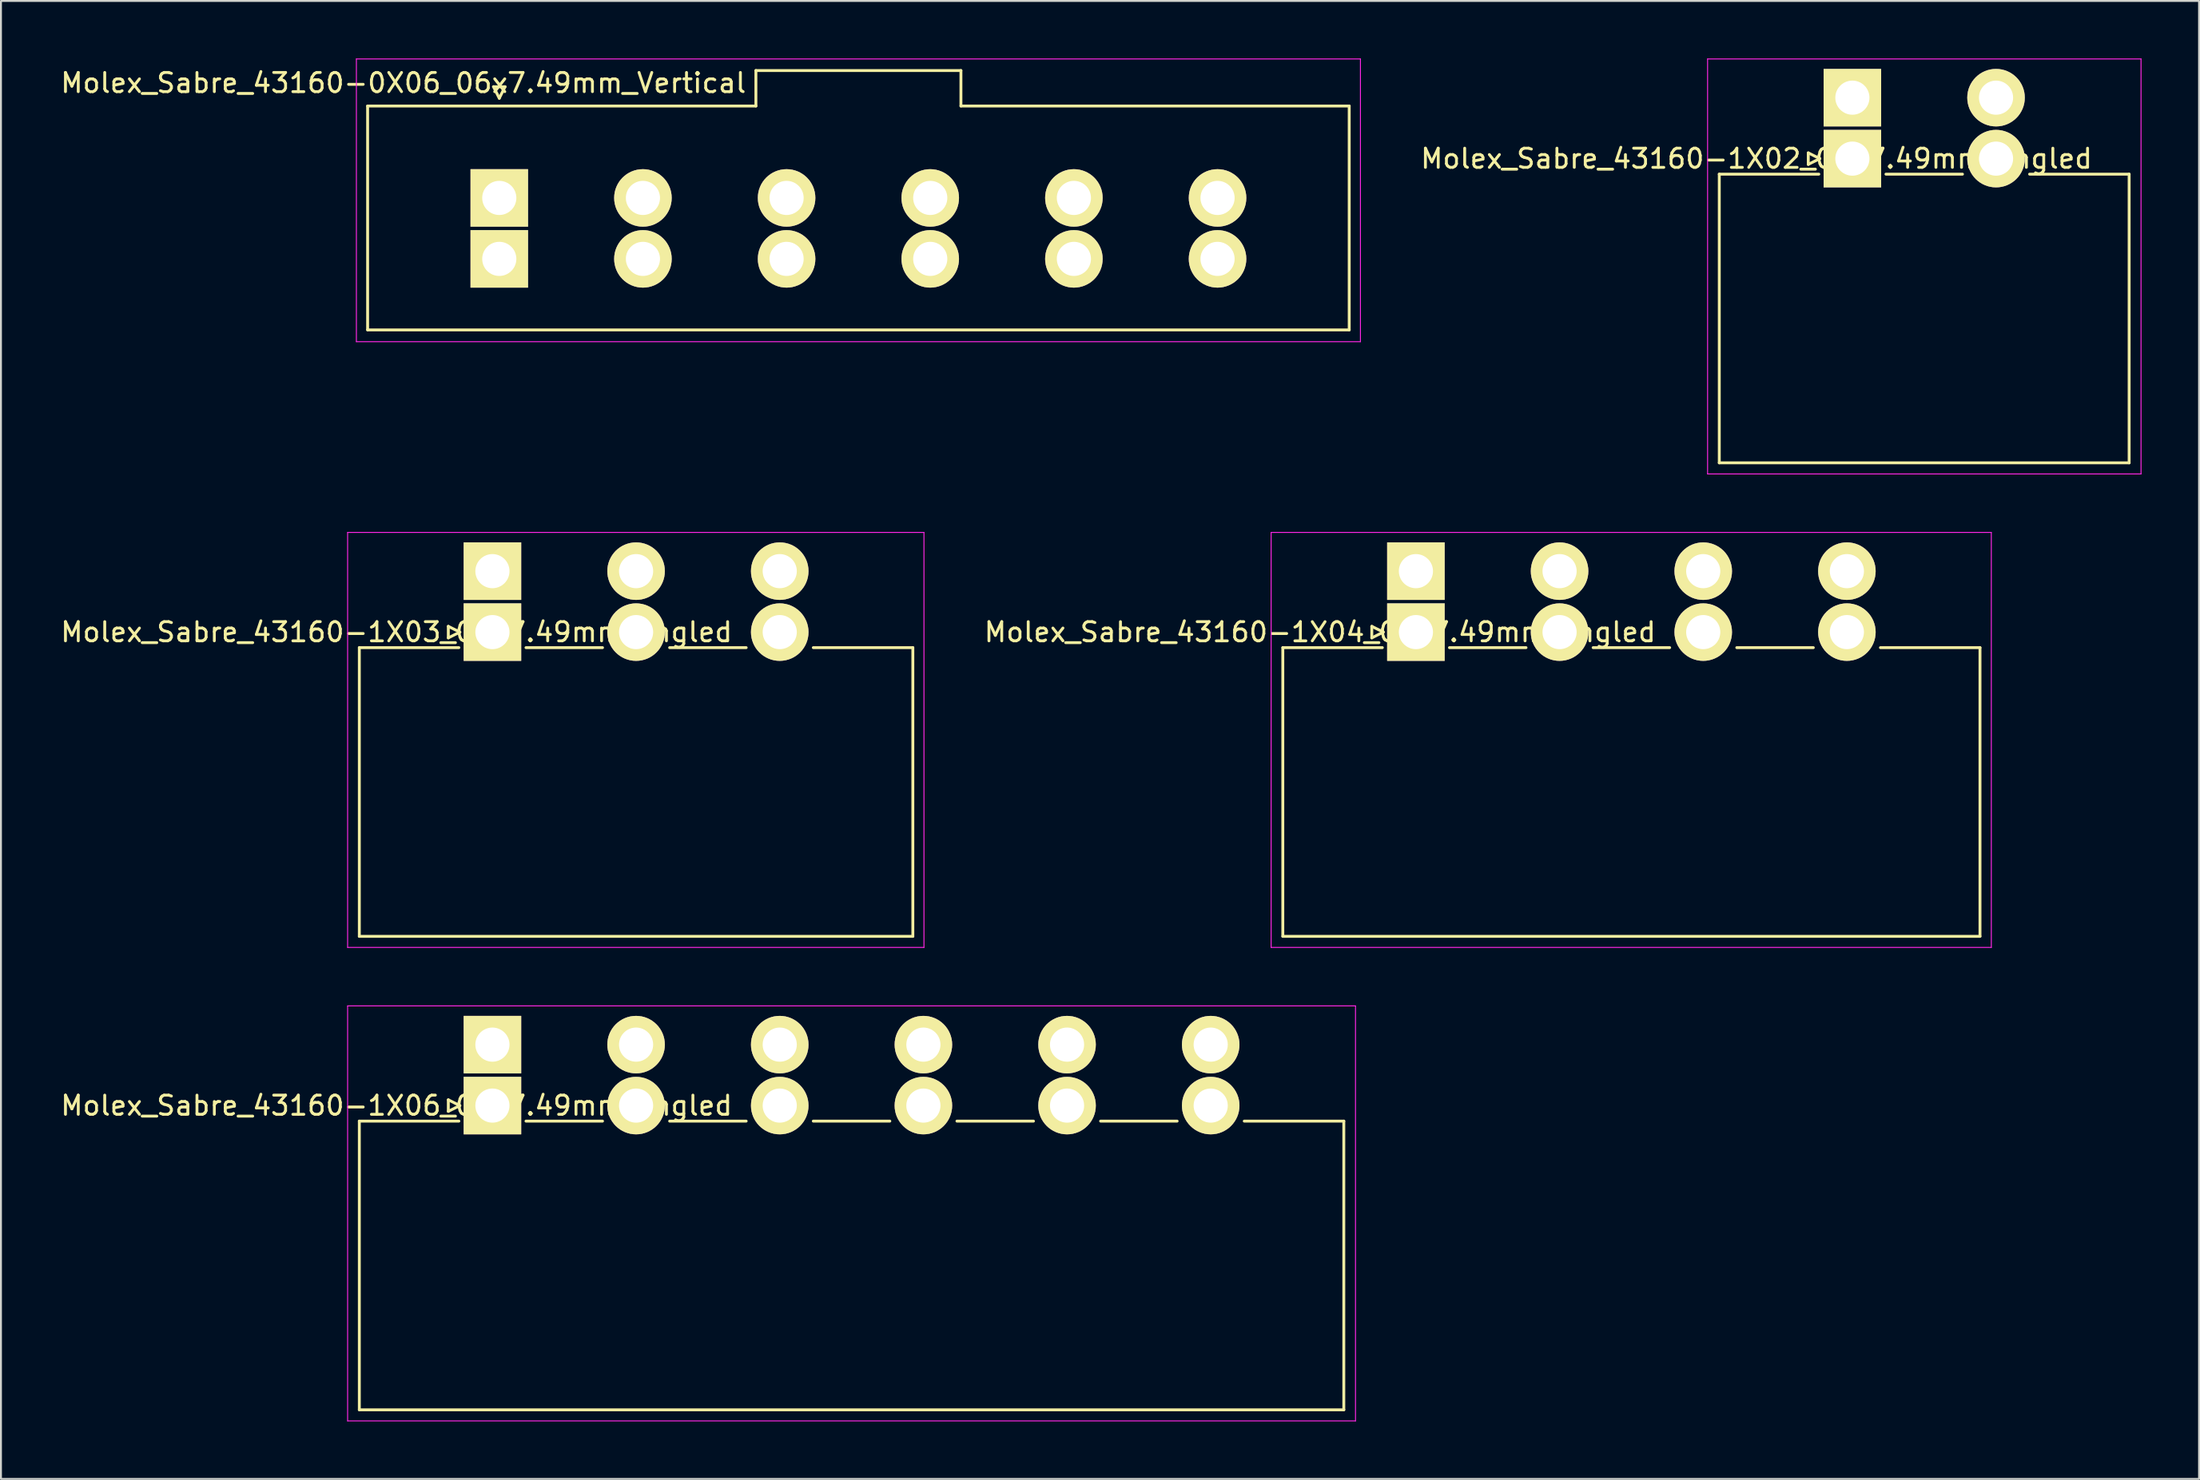
<source format=kicad_pcb>
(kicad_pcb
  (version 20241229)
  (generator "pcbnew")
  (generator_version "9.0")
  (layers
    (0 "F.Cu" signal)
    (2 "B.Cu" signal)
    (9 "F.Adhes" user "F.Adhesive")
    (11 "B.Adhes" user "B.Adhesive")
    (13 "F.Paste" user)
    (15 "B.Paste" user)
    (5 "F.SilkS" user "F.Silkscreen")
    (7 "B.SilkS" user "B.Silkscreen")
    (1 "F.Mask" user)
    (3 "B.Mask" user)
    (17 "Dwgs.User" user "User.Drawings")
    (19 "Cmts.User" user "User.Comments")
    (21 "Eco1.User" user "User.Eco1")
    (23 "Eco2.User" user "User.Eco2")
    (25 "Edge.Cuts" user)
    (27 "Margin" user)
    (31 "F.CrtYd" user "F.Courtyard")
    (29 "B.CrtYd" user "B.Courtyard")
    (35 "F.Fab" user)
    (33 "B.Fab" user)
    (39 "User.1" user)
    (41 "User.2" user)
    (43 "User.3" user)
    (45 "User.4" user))
  (footprint "Molex_Sabre_43160-1X06_06x7.49mm_Angled"
    (layer "F.Cu")
    (at 22.625 54.625)
    (property "Reference" "Molex_Sabre_43160-1X06_06x7.49mm_Angled" (at -5 0 0) (layer "F.SilkS") (effects (font (size 1 1) (thickness 0.15))))
    (attr through_hole)
    (fp_line (start -6.94 0.81) (end -6.94 15.87) (stroke (width 0.15) (type solid)) (layer "F.SilkS"))
    (fp_line (start -6.94 0.81) (end -1.75 0.81) (stroke (width 0.15) (type solid)) (layer "F.SilkS"))
    (fp_line (start -6.94 15.87) (end 44.39 15.87) (stroke (width 0.15) (type solid)) (layer "F.SilkS"))
    (fp_line (start -2.3 -0.3) (end -1.7 0) (stroke (width 0.15) (type solid)) (layer "F.SilkS"))
    (fp_line (start -2.3 0.3) (end -2.3 -0.3) (stroke (width 0.15) (type solid)) (layer "F.SilkS"))
    (fp_line (start -1.7 0) (end -2.3 0.3) (stroke (width 0.15) (type solid)) (layer "F.SilkS"))
    (fp_line (start 1.75 0.81) (end 5.74 0.81) (stroke (width 0.15) (type solid)) (layer "F.SilkS"))
    (fp_line (start 9.24 0.81) (end 13.23 0.81) (stroke (width 0.15) (type solid)) (layer "F.SilkS"))
    (fp_line (start 16.73 0.81) (end 20.72 0.81) (stroke (width 0.15) (type solid)) (layer "F.SilkS"))
    (fp_line (start 24.22 0.81) (end 28.21 0.81) (stroke (width 0.15) (type solid)) (layer "F.SilkS"))
    (fp_line (start 31.71 0.81) (end 35.7 0.81) (stroke (width 0.15) (type solid)) (layer "F.SilkS"))
    (fp_line (start 39.2 0.81) (end 44.39 0.81) (stroke (width 0.15) (type solid)) (layer "F.SilkS"))
    (fp_line (start 44.39 15.87) (end 44.39 0.81) (stroke (width 0.15) (type solid)) (layer "F.SilkS"))
    (fp_line (start -7.55 -5.2) (end -7.55 16.45) (stroke (width 0.05) (type solid)) (layer "F.CrtYd"))
    (fp_line (start -7.55 16.45) (end 45 16.45) (stroke (width 0.05) (type solid)) (layer "F.CrtYd"))
    (fp_line (start 45 -5.2) (end -7.55 -5.2) (stroke (width 0.05) (type solid)) (layer "F.CrtYd"))
    (fp_line (start 45 16.45) (end 45 -5.2) (stroke (width 0.05) (type solid)) (layer "F.CrtYd"))
    (pad "1" thru_hole rect (at 0 -3.18) (size 3 3) (drill 1.78) (layers "*.Cu" "*.Mask" "F.SilkS"))
    (pad "1" thru_hole rect (at 0 0) (size 3 3) (drill 1.78) (layers "*.Cu" "*.Mask" "F.SilkS"))
    (pad "2" thru_hole circle (at 7.49 -3.18) (size 3 3) (drill 1.78) (layers "*.Cu" "*.Mask" "F.SilkS"))
    (pad "2" thru_hole circle (at 7.49 0) (size 3 3) (drill 1.78) (layers "*.Cu" "*.Mask" "F.SilkS"))
    (pad "3" thru_hole circle (at 14.98 -3.18) (size 3 3) (drill 1.78) (layers "*.Cu" "*.Mask" "F.SilkS"))
    (pad "3" thru_hole circle (at 14.98 0) (size 3 3) (drill 1.78) (layers "*.Cu" "*.Mask" "F.SilkS"))
    (pad "4" thru_hole circle (at 22.47 -3.18) (size 3 3) (drill 1.78) (layers "*.Cu" "*.Mask" "F.SilkS"))
    (pad "4" thru_hole circle (at 22.47 0) (size 3 3) (drill 1.78) (layers "*.Cu" "*.Mask" "F.SilkS"))
    (pad "5" thru_hole circle (at 29.96 -3.18) (size 3 3) (drill 1.78) (layers "*.Cu" "*.Mask" "F.SilkS"))
    (pad "5" thru_hole circle (at 29.96 0) (size 3 3) (drill 1.78) (layers "*.Cu" "*.Mask" "F.SilkS"))
    (pad "6" thru_hole circle (at 37.45 -3.18) (size 3 3) (drill 1.78) (layers "*.Cu" "*.Mask" "F.SilkS"))
    (pad "6" thru_hole circle (at 37.45 0) (size 3 3) (drill 1.78) (layers "*.Cu" "*.Mask" "F.SilkS")))
  (footprint "Molex_Sabre_43160-1X04_04x7.49mm_Angled"
    (layer "F.Cu")
    (at 70.775 29.925)
    (property "Reference" "Molex_Sabre_43160-1X04_04x7.49mm_Angled" (at -5 0 0) (layer "F.SilkS") (effects (font (size 1 1) (thickness 0.15))))
    (attr through_hole)
    (fp_line (start -6.94 0.81) (end -6.94 15.87) (stroke (width 0.15) (type solid)) (layer "F.SilkS"))
    (fp_line (start -6.94 0.81) (end -1.75 0.81) (stroke (width 0.15) (type solid)) (layer "F.SilkS"))
    (fp_line (start -6.94 15.87) (end 29.41 15.87) (stroke (width 0.15) (type solid)) (layer "F.SilkS"))
    (fp_line (start -2.3 -0.3) (end -1.7 0) (stroke (width 0.15) (type solid)) (layer "F.SilkS"))
    (fp_line (start -2.3 0.3) (end -2.3 -0.3) (stroke (width 0.15) (type solid)) (layer "F.SilkS"))
    (fp_line (start -1.7 0) (end -2.3 0.3) (stroke (width 0.15) (type solid)) (layer "F.SilkS"))
    (fp_line (start 1.75 0.81) (end 5.74 0.81) (stroke (width 0.15) (type solid)) (layer "F.SilkS"))
    (fp_line (start 9.24 0.81) (end 13.23 0.81) (stroke (width 0.15) (type solid)) (layer "F.SilkS"))
    (fp_line (start 16.73 0.81) (end 20.72 0.81) (stroke (width 0.15) (type solid)) (layer "F.SilkS"))
    (fp_line (start 24.22 0.81) (end 29.41 0.81) (stroke (width 0.15) (type solid)) (layer "F.SilkS"))
    (fp_line (start 29.41 15.87) (end 29.41 0.81) (stroke (width 0.15) (type solid)) (layer "F.SilkS"))
    (fp_line (start -7.55 -5.2) (end -7.55 16.45) (stroke (width 0.05) (type solid)) (layer "F.CrtYd"))
    (fp_line (start -7.55 16.45) (end 30 16.45) (stroke (width 0.05) (type solid)) (layer "F.CrtYd"))
    (fp_line (start 30 -5.2) (end -7.55 -5.2) (stroke (width 0.05) (type solid)) (layer "F.CrtYd"))
    (fp_line (start 30 16.45) (end 30 -5.2) (stroke (width 0.05) (type solid)) (layer "F.CrtYd"))
    (pad "1" thru_hole rect (at 0 -3.18) (size 3 3) (drill 1.78) (layers "*.Cu" "*.Mask" "F.SilkS"))
    (pad "1" thru_hole rect (at 0 0) (size 3 3) (drill 1.78) (layers "*.Cu" "*.Mask" "F.SilkS"))
    (pad "2" thru_hole circle (at 7.49 -3.18) (size 3 3) (drill 1.78) (layers "*.Cu" "*.Mask" "F.SilkS"))
    (pad "2" thru_hole circle (at 7.49 0) (size 3 3) (drill 1.78) (layers "*.Cu" "*.Mask" "F.SilkS"))
    (pad "3" thru_hole circle (at 14.98 -3.18) (size 3 3) (drill 1.78) (layers "*.Cu" "*.Mask" "F.SilkS"))
    (pad "3" thru_hole circle (at 14.98 0) (size 3 3) (drill 1.78) (layers "*.Cu" "*.Mask" "F.SilkS"))
    (pad "4" thru_hole circle (at 22.47 -3.18) (size 3 3) (drill 1.78) (layers "*.Cu" "*.Mask" "F.SilkS"))
    (pad "4" thru_hole circle (at 22.47 0) (size 3 3) (drill 1.78) (layers "*.Cu" "*.Mask" "F.SilkS")))
  (footprint "Molex_Sabre_43160-1X02_02x7.49mm_Angled"
    (layer "F.Cu")
    (at 93.532 5.225)
    (property "Reference" "Molex_Sabre_43160-1X02_02x7.49mm_Angled" (at -5 0 0) (layer "F.SilkS") (effects (font (size 1 1) (thickness 0.15))))
    (attr through_hole)
    (fp_line (start -6.94 0.81) (end -6.94 15.87) (stroke (width 0.15) (type solid)) (layer "F.SilkS"))
    (fp_line (start -6.94 0.81) (end -1.75 0.81) (stroke (width 0.15) (type solid)) (layer "F.SilkS"))
    (fp_line (start -6.94 15.87) (end 14.43 15.87) (stroke (width 0.15) (type solid)) (layer "F.SilkS"))
    (fp_line (start -2.3 -0.3) (end -1.7 0) (stroke (width 0.15) (type solid)) (layer "F.SilkS"))
    (fp_line (start -2.3 0.3) (end -2.3 -0.3) (stroke (width 0.15) (type solid)) (layer "F.SilkS"))
    (fp_line (start -1.7 0) (end -2.3 0.3) (stroke (width 0.15) (type solid)) (layer "F.SilkS"))
    (fp_line (start 1.75 0.81) (end 5.74 0.81) (stroke (width 0.15) (type solid)) (layer "F.SilkS"))
    (fp_line (start 9.24 0.81) (end 14.43 0.81) (stroke (width 0.15) (type solid)) (layer "F.SilkS"))
    (fp_line (start 14.43 15.87) (end 14.43 0.81) (stroke (width 0.15) (type solid)) (layer "F.SilkS"))
    (fp_line (start -7.55 -5.2) (end -7.55 16.45) (stroke (width 0.05) (type solid)) (layer "F.CrtYd"))
    (fp_line (start -7.55 16.45) (end 15.05 16.45) (stroke (width 0.05) (type solid)) (layer "F.CrtYd"))
    (fp_line (start 15.05 -5.2) (end -7.55 -5.2) (stroke (width 0.05) (type solid)) (layer "F.CrtYd"))
    (fp_line (start 15.05 16.45) (end 15.05 -5.2) (stroke (width 0.05) (type solid)) (layer "F.CrtYd"))
    (pad "1" thru_hole rect (at 0 -3.18) (size 3 3) (drill 1.78) (layers "*.Cu" "*.Mask" "F.SilkS"))
    (pad "1" thru_hole rect (at 0 0) (size 3 3) (drill 1.78) (layers "*.Cu" "*.Mask" "F.SilkS"))
    (pad "2" thru_hole circle (at 7.49 -3.18) (size 3 3) (drill 1.78) (layers "*.Cu" "*.Mask" "F.SilkS"))
    (pad "2" thru_hole circle (at 7.49 0) (size 3 3) (drill 1.78) (layers "*.Cu" "*.Mask" "F.SilkS")))
  (footprint "Molex_Sabre_43160-1X03_03x7.49mm_Angled"
    (layer "F.Cu")
    (at 22.625 29.925)
    (property "Reference" "Molex_Sabre_43160-1X03_03x7.49mm_Angled" (at -5 0 0) (layer "F.SilkS") (effects (font (size 1 1) (thickness 0.15))))
    (attr through_hole)
    (fp_line (start -6.94 0.81) (end -6.94 15.87) (stroke (width 0.15) (type solid)) (layer "F.SilkS"))
    (fp_line (start -6.94 0.81) (end -1.75 0.81) (stroke (width 0.15) (type solid)) (layer "F.SilkS"))
    (fp_line (start -6.94 15.87) (end 21.92 15.87) (stroke (width 0.15) (type solid)) (layer "F.SilkS"))
    (fp_line (start -2.3 -0.3) (end -1.7 0) (stroke (width 0.15) (type solid)) (layer "F.SilkS"))
    (fp_line (start -2.3 0.3) (end -2.3 -0.3) (stroke (width 0.15) (type solid)) (layer "F.SilkS"))
    (fp_line (start -1.7 0) (end -2.3 0.3) (stroke (width 0.15) (type solid)) (layer "F.SilkS"))
    (fp_line (start 1.75 0.81) (end 5.74 0.81) (stroke (width 0.15) (type solid)) (layer "F.SilkS"))
    (fp_line (start 9.24 0.81) (end 13.23 0.81) (stroke (width 0.15) (type solid)) (layer "F.SilkS"))
    (fp_line (start 16.73 0.81) (end 21.92 0.81) (stroke (width 0.15) (type solid)) (layer "F.SilkS"))
    (fp_line (start 21.92 15.87) (end 21.92 0.81) (stroke (width 0.15) (type solid)) (layer "F.SilkS"))
    (fp_line (start -7.55 -5.2) (end -7.55 16.45) (stroke (width 0.05) (type solid)) (layer "F.CrtYd"))
    (fp_line (start -7.55 16.45) (end 22.5 16.45) (stroke (width 0.05) (type solid)) (layer "F.CrtYd"))
    (fp_line (start 22.5 -5.2) (end -7.55 -5.2) (stroke (width 0.05) (type solid)) (layer "F.CrtYd"))
    (fp_line (start 22.5 16.45) (end 22.5 -5.2) (stroke (width 0.05) (type solid)) (layer "F.CrtYd"))
    (pad "1" thru_hole rect (at 0 -3.18) (size 3 3) (drill 1.78) (layers "*.Cu" "*.Mask" "F.SilkS"))
    (pad "1" thru_hole rect (at 0 0) (size 3 3) (drill 1.78) (layers "*.Cu" "*.Mask" "F.SilkS"))
    (pad "2" thru_hole circle (at 7.49 -3.18) (size 3 3) (drill 1.78) (layers "*.Cu" "*.Mask" "F.SilkS"))
    (pad "2" thru_hole circle (at 7.49 0) (size 3 3) (drill 1.78) (layers "*.Cu" "*.Mask" "F.SilkS"))
    (pad "3" thru_hole circle (at 14.98 -3.18) (size 3 3) (drill 1.78) (layers "*.Cu" "*.Mask" "F.SilkS"))
    (pad "3" thru_hole circle (at 14.98 0) (size 3 3) (drill 1.78) (layers "*.Cu" "*.Mask" "F.SilkS")))
  (footprint "Molex_Sabre_43160-0X06_06x7.49mm_Vertical"
    (layer "F.Cu")
    (at 22.982 7.275)
    (property "Reference" "Molex_Sabre_43160-0X06_06x7.49mm_Vertical" (at -5 -6 0) (layer "F.SilkS") (effects (font (size 1 1) (thickness 0.15))))
    (attr through_hole)
    (fp_line (start -6.865 -4.795) (end 13.38 -4.795) (stroke (width 0.15) (type solid)) (layer "F.SilkS"))
    (fp_line (start -6.865 6.885) (end -6.865 -4.795) (stroke (width 0.15) (type solid)) (layer "F.SilkS"))
    (fp_line (start -0.3 -5.8) (end 0 -5.2) (stroke (width 0.15) (type solid)) (layer "F.SilkS"))
    (fp_line (start 0 -5.2) (end 0.3 -5.8) (stroke (width 0.15) (type solid)) (layer "F.SilkS"))
    (fp_line (start 0.3 -5.8) (end -0.3 -5.8) (stroke (width 0.15) (type solid)) (layer "F.SilkS"))
    (fp_line (start 13.38 -6.645) (end 24.07 -6.645) (stroke (width 0.15) (type solid)) (layer "F.SilkS"))
    (fp_line (start 13.38 -4.795) (end 13.38 -6.645) (stroke (width 0.15) (type solid)) (layer "F.SilkS"))
    (fp_line (start 24.07 -6.645) (end 24.07 -4.795) (stroke (width 0.15) (type solid)) (layer "F.SilkS"))
    (fp_line (start 24.07 -4.795) (end 44.315 -4.795) (stroke (width 0.15) (type solid)) (layer "F.SilkS"))
    (fp_line (start 44.315 -4.795) (end 44.315 6.885) (stroke (width 0.15) (type solid)) (layer "F.SilkS"))
    (fp_line (start 44.315 6.885) (end -6.865 6.885) (stroke (width 0.15) (type solid)) (layer "F.SilkS"))
    (fp_line (start -7.45 -7.25) (end -7.45 7.5) (stroke (width 0.05) (type solid)) (layer "F.CrtYd"))
    (fp_line (start -7.45 7.5) (end 44.9 7.5) (stroke (width 0.05) (type solid)) (layer "F.CrtYd"))
    (fp_line (start 44.9 -7.25) (end -7.45 -7.25) (stroke (width 0.05) (type solid)) (layer "F.CrtYd"))
    (fp_line (start 44.9 7.5) (end 44.9 -7.25) (stroke (width 0.05) (type solid)) (layer "F.CrtYd"))
    (pad "1" thru_hole rect (at 0 0) (size 3 3) (drill 1.78) (layers "*.Cu" "*.Mask" "F.SilkS"))
    (pad "1" thru_hole rect (at 0 3.18) (size 3 3) (drill 1.78) (layers "*.Cu" "*.Mask" "F.SilkS"))
    (pad "2" thru_hole circle (at 7.49 0) (size 3 3) (drill 1.78) (layers "*.Cu" "*.Mask" "F.SilkS"))
    (pad "2" thru_hole circle (at 7.49 3.18) (size 3 3) (drill 1.78) (layers "*.Cu" "*.Mask" "F.SilkS"))
    (pad "3" thru_hole circle (at 14.98 0) (size 3 3) (drill 1.78) (layers "*.Cu" "*.Mask" "F.SilkS"))
    (pad "3" thru_hole circle (at 14.98 3.18) (size 3 3) (drill 1.78) (layers "*.Cu" "*.Mask" "F.SilkS"))
    (pad "4" thru_hole circle (at 22.47 0) (size 3 3) (drill 1.78) (layers "*.Cu" "*.Mask" "F.SilkS"))
    (pad "4" thru_hole circle (at 22.47 3.18) (size 3 3) (drill 1.78) (layers "*.Cu" "*.Mask" "F.SilkS"))
    (pad "5" thru_hole circle (at 29.96 0) (size 3 3) (drill 1.78) (layers "*.Cu" "*.Mask" "F.SilkS"))
    (pad "5" thru_hole circle (at 29.96 3.18) (size 3 3) (drill 1.78) (layers "*.Cu" "*.Mask" "F.SilkS"))
    (pad "6" thru_hole circle (at 37.45 0) (size 3 3) (drill 1.78) (layers "*.Cu" "*.Mask" "F.SilkS"))
    (pad "6" thru_hole circle (at 37.45 3.18) (size 3 3) (drill 1.78) (layers "*.Cu" "*.Mask" "F.SilkS")))
  (gr_rect
    (start -3 -3)
    (end 111.607 74.1)
    (stroke (width 0.1) (type default))
    (fill no)
    (layer "Edge.Cuts")))
</source>
